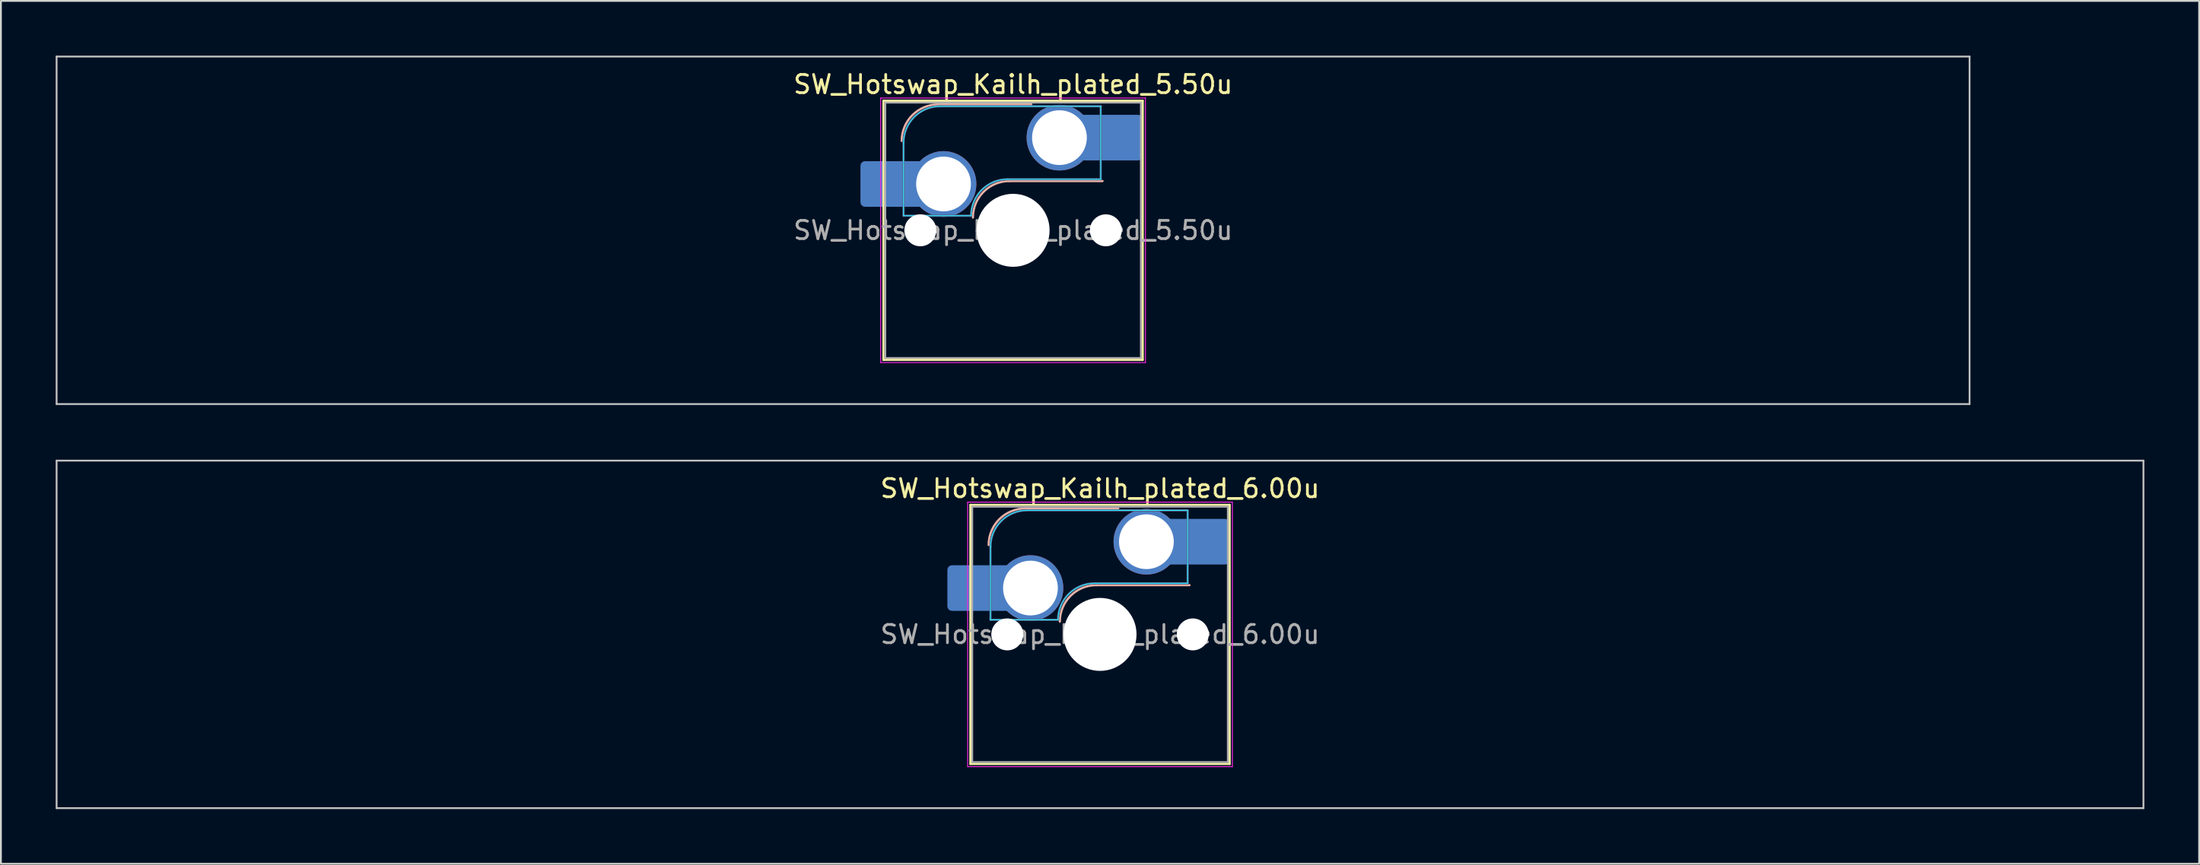
<source format=kicad_pcb>
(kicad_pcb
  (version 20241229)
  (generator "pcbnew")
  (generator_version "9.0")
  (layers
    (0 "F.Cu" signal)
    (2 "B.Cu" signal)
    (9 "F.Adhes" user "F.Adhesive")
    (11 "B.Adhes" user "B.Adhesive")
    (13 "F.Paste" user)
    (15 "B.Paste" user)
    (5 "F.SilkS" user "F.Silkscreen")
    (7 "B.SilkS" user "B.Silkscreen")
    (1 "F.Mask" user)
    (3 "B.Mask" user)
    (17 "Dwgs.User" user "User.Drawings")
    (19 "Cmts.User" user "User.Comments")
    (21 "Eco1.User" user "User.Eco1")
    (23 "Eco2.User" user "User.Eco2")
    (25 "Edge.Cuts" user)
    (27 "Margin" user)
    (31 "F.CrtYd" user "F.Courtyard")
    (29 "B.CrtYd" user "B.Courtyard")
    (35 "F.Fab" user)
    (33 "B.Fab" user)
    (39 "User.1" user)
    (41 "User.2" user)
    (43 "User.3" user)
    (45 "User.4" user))
  (footprint "SW_Hotswap_Kailh_plated_6.00u"
    (layer "F.Cu")
    (at 57.2 31.725)
    (property "Reference" "SW_Hotswap_Kailh_plated_6.00u" (at 0 -8 0) (layer "F.SilkS") (effects (font (size 1 1) (thickness 0.15))))
    (attr smd)
    (fp_line (start -7.1 -7.1) (end -7.1 7.1) (stroke (width 0.12) (type solid)) (layer "F.SilkS"))
    (fp_line (start -7.1 7.1) (end 7.1 7.1) (stroke (width 0.12) (type solid)) (layer "F.SilkS"))
    (fp_line (start 7.1 -7.1) (end -7.1 -7.1) (stroke (width 0.12) (type solid)) (layer "F.SilkS"))
    (fp_line (start 7.1 7.1) (end 7.1 -7.1) (stroke (width 0.12) (type solid)) (layer "F.SilkS"))
    (fp_line (start -4.1 -6.9) (end 1 -6.9) (stroke (width 0.12) (type solid)) (layer "B.SilkS"))
    (fp_line (start -0.2 -2.7) (end 4.9 -2.7) (stroke (width 0.12) (type solid)) (layer "B.SilkS"))
    (fp_arc (start -6.1 -4.9) (mid -5.514214 -6.314214) (end -4.1 -6.9) (stroke (width 0.12) (type solid)) (layer "B.SilkS"))
    (fp_arc (start -2.2 -0.7) (mid -1.614214 -2.114214) (end -0.2 -2.7) (stroke (width 0.12) (type solid)) (layer "B.SilkS"))
    (fp_line (start -57.15 -9.525) (end -57.15 9.525) (stroke (width 0.1) (type solid)) (layer "Dwgs.User"))
    (fp_line (start -57.15 9.525) (end 57.15 9.525) (stroke (width 0.1) (type solid)) (layer "Dwgs.User"))
    (fp_line (start 57.15 -9.525) (end -57.15 -9.525) (stroke (width 0.1) (type solid)) (layer "Dwgs.User"))
    (fp_line (start 57.15 9.525) (end 57.15 -9.525) (stroke (width 0.1) (type solid)) (layer "Dwgs.User"))
    (fp_line (start -7.8 -6) (end -7 -6) (stroke (width 0.1) (type solid)) (layer "Eco1.User"))
    (fp_line (start -7.8 -2.9) (end -7.8 -6) (stroke (width 0.1) (type solid)) (layer "Eco1.User"))
    (fp_line (start -7.8 2.9) (end -7 2.9) (stroke (width 0.1) (type solid)) (layer "Eco1.User"))
    (fp_line (start -7.8 6) (end -7.8 2.9) (stroke (width 0.1) (type solid)) (layer "Eco1.User"))
    (fp_line (start -7 -7) (end 7 -7) (stroke (width 0.1) (type solid)) (layer "Eco1.User"))
    (fp_line (start -7 -6) (end -7 -7) (stroke (width 0.1) (type solid)) (layer "Eco1.User"))
    (fp_line (start -7 -2.9) (end -7.8 -2.9) (stroke (width 0.1) (type solid)) (layer "Eco1.User"))
    (fp_line (start -7 2.9) (end -7 -2.9) (stroke (width 0.1) (type solid)) (layer "Eco1.User"))
    (fp_line (start -7 6) (end -7.8 6) (stroke (width 0.1) (type solid)) (layer "Eco1.User"))
    (fp_line (start -7 7) (end -7 6) (stroke (width 0.1) (type solid)) (layer "Eco1.User"))
    (fp_line (start 7 -7) (end 7 -6) (stroke (width 0.1) (type solid)) (layer "Eco1.User"))
    (fp_line (start 7 -6) (end 7.8 -6) (stroke (width 0.1) (type solid)) (layer "Eco1.User"))
    (fp_line (start 7 -2.9) (end 7 2.9) (stroke (width 0.1) (type solid)) (layer "Eco1.User"))
    (fp_line (start 7 2.9) (end 7.8 2.9) (stroke (width 0.1) (type solid)) (layer "Eco1.User"))
    (fp_line (start 7 6) (end 7 7) (stroke (width 0.1) (type solid)) (layer "Eco1.User"))
    (fp_line (start 7 7) (end -7 7) (stroke (width 0.1) (type solid)) (layer "Eco1.User"))
    (fp_line (start 7.8 -6) (end 7.8 -2.9) (stroke (width 0.1) (type solid)) (layer "Eco1.User"))
    (fp_line (start 7.8 -2.9) (end 7 -2.9) (stroke (width 0.1) (type solid)) (layer "Eco1.User"))
    (fp_line (start 7.8 2.9) (end 7.8 6) (stroke (width 0.1) (type solid)) (layer "Eco1.User"))
    (fp_line (start 7.8 6) (end 7 6) (stroke (width 0.1) (type solid)) (layer "Eco1.User"))
    (fp_line (start -6 -0.8) (end -6 -4.8) (stroke (width 0.05) (type solid)) (layer "B.CrtYd"))
    (fp_line (start -6 -0.8) (end -2.3 -0.8) (stroke (width 0.05) (type solid)) (layer "B.CrtYd"))
    (fp_line (start -4 -6.8) (end 4.8 -6.8) (stroke (width 0.05) (type solid)) (layer "B.CrtYd"))
    (fp_line (start -0.3 -2.8) (end 4.8 -2.8) (stroke (width 0.05) (type solid)) (layer "B.CrtYd"))
    (fp_line (start 4.8 -6.8) (end 4.8 -2.8) (stroke (width 0.05) (type solid)) (layer "B.CrtYd"))
    (fp_arc (start -6 -4.8) (mid -5.414214 -6.214214) (end -4 -6.8) (stroke (width 0.05) (type solid)) (layer "B.CrtYd"))
    (fp_arc (start -2.3 -0.8) (mid -1.714214 -2.214214) (end -0.3 -2.8) (stroke (width 0.05) (type solid)) (layer "B.CrtYd"))
    (fp_line (start -7.25 -7.25) (end -7.25 7.25) (stroke (width 0.05) (type solid)) (layer "F.CrtYd"))
    (fp_line (start -7.25 7.25) (end 7.25 7.25) (stroke (width 0.05) (type solid)) (layer "F.CrtYd"))
    (fp_line (start 7.25 -7.25) (end -7.25 -7.25) (stroke (width 0.05) (type solid)) (layer "F.CrtYd"))
    (fp_line (start 7.25 7.25) (end 7.25 -7.25) (stroke (width 0.05) (type solid)) (layer "F.CrtYd"))
    (fp_line (start -6 -0.8) (end -6 -4.8) (stroke (width 0.12) (type solid)) (layer "B.Fab"))
    (fp_line (start -6 -0.8) (end -2.3 -0.8) (stroke (width 0.12) (type solid)) (layer "B.Fab"))
    (fp_line (start -4 -6.8) (end 4.8 -6.8) (stroke (width 0.12) (type solid)) (layer "B.Fab"))
    (fp_line (start -0.3 -2.8) (end 4.8 -2.8) (stroke (width 0.12) (type solid)) (layer "B.Fab"))
    (fp_line (start 4.8 -6.8) (end 4.8 -2.8) (stroke (width 0.12) (type solid)) (layer "B.Fab"))
    (fp_arc (start -6 -4.8) (mid -5.414214 -6.214214) (end -4 -6.8) (stroke (width 0.12) (type solid)) (layer "B.Fab"))
    (fp_arc (start -2.3 -0.8) (mid -1.714214 -2.214214) (end -0.3 -2.8) (stroke (width 0.12) (type solid)) (layer "B.Fab"))
    (fp_line (start -7 -7) (end -7 7) (stroke (width 0.1) (type solid)) (layer "F.Fab"))
    (fp_line (start -7 7) (end 7 7) (stroke (width 0.1) (type solid)) (layer "F.Fab"))
    (fp_line (start 7 -7) (end -7 -7) (stroke (width 0.1) (type solid)) (layer "F.Fab"))
    (fp_line (start 7 7) (end 7 -7) (stroke (width 0.1) (type solid)) (layer "F.Fab"))
    (fp_text user "${REFERENCE}" (at 0 0 0) (layer "F.Fab") (effects (font (size 1 1) (thickness 0.15))))
    (pad "" smd roundrect (at -7.085 -2.54) (size 2.55 2.5) (layers "B.Mask" "B.Paste") (roundrect_rratio 0.1))
    (pad "" np_thru_hole circle (at -5.08 0) (size 1.75 1.75) (drill 1.75) (layers "*.Cu" "*.Mask"))
    (pad "" np_thru_hole circle (at 0 0) (size 4 4) (drill 4) (layers "*.Cu" "*.Mask"))
    (pad "" np_thru_hole circle (at 5.08 0) (size 1.75 1.75) (drill 1.75) (layers "*.Cu" "*.Mask"))
    (pad "" smd roundrect (at 5.842 -5.08) (size 2.55 2.5) (layers "B.Mask" "B.Paste") (roundrect_rratio 0.1))
    (pad "1" smd roundrect (at -6.585 -2.54) (size 3.55 2.5) (layers "B.Cu") (roundrect_rratio 0.1))
    (pad "1" thru_hole circle (at -3.81 -2.54) (size 3.6 3.6) (drill 3) (layers "*.Cu" "B.Mask"))
    (pad "2" thru_hole circle (at 2.54 -5.08) (size 3.6 3.6) (drill 3) (layers "*.Cu" "B.Mask"))
    (pad "2" smd roundrect (at 5.32 -5.08) (size 3.55 2.5) (layers "B.Cu") (roundrect_rratio 0.1)))
  (footprint "SW_Hotswap_Kailh_plated_5.50u"
    (layer "F.Cu")
    (at 52.438 9.575)
    (property "Reference" "SW_Hotswap_Kailh_plated_5.50u" (at 0 -8 0) (layer "F.SilkS") (effects (font (size 1 1) (thickness 0.15))))
    (attr smd)
    (fp_line (start -7.1 -7.1) (end -7.1 7.1) (stroke (width 0.12) (type solid)) (layer "F.SilkS"))
    (fp_line (start -7.1 7.1) (end 7.1 7.1) (stroke (width 0.12) (type solid)) (layer "F.SilkS"))
    (fp_line (start 7.1 -7.1) (end -7.1 -7.1) (stroke (width 0.12) (type solid)) (layer "F.SilkS"))
    (fp_line (start 7.1 7.1) (end 7.1 -7.1) (stroke (width 0.12) (type solid)) (layer "F.SilkS"))
    (fp_line (start -4.1 -6.9) (end 1 -6.9) (stroke (width 0.12) (type solid)) (layer "B.SilkS"))
    (fp_line (start -0.2 -2.7) (end 4.9 -2.7) (stroke (width 0.12) (type solid)) (layer "B.SilkS"))
    (fp_arc (start -6.1 -4.9) (mid -5.514214 -6.314214) (end -4.1 -6.9) (stroke (width 0.12) (type solid)) (layer "B.SilkS"))
    (fp_arc (start -2.2 -0.7) (mid -1.614214 -2.114214) (end -0.2 -2.7) (stroke (width 0.12) (type solid)) (layer "B.SilkS"))
    (fp_line (start -52.388 -9.525) (end -52.388 9.525) (stroke (width 0.1) (type solid)) (layer "Dwgs.User"))
    (fp_line (start -52.388 9.525) (end 52.388 9.525) (stroke (width 0.1) (type solid)) (layer "Dwgs.User"))
    (fp_line (start 52.388 -9.525) (end -52.388 -9.525) (stroke (width 0.1) (type solid)) (layer "Dwgs.User"))
    (fp_line (start 52.388 9.525) (end 52.388 -9.525) (stroke (width 0.1) (type solid)) (layer "Dwgs.User"))
    (fp_line (start -7.8 -6) (end -7 -6) (stroke (width 0.1) (type solid)) (layer "Eco1.User"))
    (fp_line (start -7.8 -2.9) (end -7.8 -6) (stroke (width 0.1) (type solid)) (layer "Eco1.User"))
    (fp_line (start -7.8 2.9) (end -7 2.9) (stroke (width 0.1) (type solid)) (layer "Eco1.User"))
    (fp_line (start -7.8 6) (end -7.8 2.9) (stroke (width 0.1) (type solid)) (layer "Eco1.User"))
    (fp_line (start -7 -7) (end 7 -7) (stroke (width 0.1) (type solid)) (layer "Eco1.User"))
    (fp_line (start -7 -6) (end -7 -7) (stroke (width 0.1) (type solid)) (layer "Eco1.User"))
    (fp_line (start -7 -2.9) (end -7.8 -2.9) (stroke (width 0.1) (type solid)) (layer "Eco1.User"))
    (fp_line (start -7 2.9) (end -7 -2.9) (stroke (width 0.1) (type solid)) (layer "Eco1.User"))
    (fp_line (start -7 6) (end -7.8 6) (stroke (width 0.1) (type solid)) (layer "Eco1.User"))
    (fp_line (start -7 7) (end -7 6) (stroke (width 0.1) (type solid)) (layer "Eco1.User"))
    (fp_line (start 7 -7) (end 7 -6) (stroke (width 0.1) (type solid)) (layer "Eco1.User"))
    (fp_line (start 7 -6) (end 7.8 -6) (stroke (width 0.1) (type solid)) (layer "Eco1.User"))
    (fp_line (start 7 -2.9) (end 7 2.9) (stroke (width 0.1) (type solid)) (layer "Eco1.User"))
    (fp_line (start 7 2.9) (end 7.8 2.9) (stroke (width 0.1) (type solid)) (layer "Eco1.User"))
    (fp_line (start 7 6) (end 7 7) (stroke (width 0.1) (type solid)) (layer "Eco1.User"))
    (fp_line (start 7 7) (end -7 7) (stroke (width 0.1) (type solid)) (layer "Eco1.User"))
    (fp_line (start 7.8 -6) (end 7.8 -2.9) (stroke (width 0.1) (type solid)) (layer "Eco1.User"))
    (fp_line (start 7.8 -2.9) (end 7 -2.9) (stroke (width 0.1) (type solid)) (layer "Eco1.User"))
    (fp_line (start 7.8 2.9) (end 7.8 6) (stroke (width 0.1) (type solid)) (layer "Eco1.User"))
    (fp_line (start 7.8 6) (end 7 6) (stroke (width 0.1) (type solid)) (layer "Eco1.User"))
    (fp_line (start -6 -0.8) (end -6 -4.8) (stroke (width 0.05) (type solid)) (layer "B.CrtYd"))
    (fp_line (start -6 -0.8) (end -2.3 -0.8) (stroke (width 0.05) (type solid)) (layer "B.CrtYd"))
    (fp_line (start -4 -6.8) (end 4.8 -6.8) (stroke (width 0.05) (type solid)) (layer "B.CrtYd"))
    (fp_line (start -0.3 -2.8) (end 4.8 -2.8) (stroke (width 0.05) (type solid)) (layer "B.CrtYd"))
    (fp_line (start 4.8 -6.8) (end 4.8 -2.8) (stroke (width 0.05) (type solid)) (layer "B.CrtYd"))
    (fp_arc (start -6 -4.8) (mid -5.414214 -6.214214) (end -4 -6.8) (stroke (width 0.05) (type solid)) (layer "B.CrtYd"))
    (fp_arc (start -2.3 -0.8) (mid -1.714214 -2.214214) (end -0.3 -2.8) (stroke (width 0.05) (type solid)) (layer "B.CrtYd"))
    (fp_line (start -7.25 -7.25) (end -7.25 7.25) (stroke (width 0.05) (type solid)) (layer "F.CrtYd"))
    (fp_line (start -7.25 7.25) (end 7.25 7.25) (stroke (width 0.05) (type solid)) (layer "F.CrtYd"))
    (fp_line (start 7.25 -7.25) (end -7.25 -7.25) (stroke (width 0.05) (type solid)) (layer "F.CrtYd"))
    (fp_line (start 7.25 7.25) (end 7.25 -7.25) (stroke (width 0.05) (type solid)) (layer "F.CrtYd"))
    (fp_line (start -6 -0.8) (end -6 -4.8) (stroke (width 0.12) (type solid)) (layer "B.Fab"))
    (fp_line (start -6 -0.8) (end -2.3 -0.8) (stroke (width 0.12) (type solid)) (layer "B.Fab"))
    (fp_line (start -4 -6.8) (end 4.8 -6.8) (stroke (width 0.12) (type solid)) (layer "B.Fab"))
    (fp_line (start -0.3 -2.8) (end 4.8 -2.8) (stroke (width 0.12) (type solid)) (layer "B.Fab"))
    (fp_line (start 4.8 -6.8) (end 4.8 -2.8) (stroke (width 0.12) (type solid)) (layer "B.Fab"))
    (fp_arc (start -6 -4.8) (mid -5.414214 -6.214214) (end -4 -6.8) (stroke (width 0.12) (type solid)) (layer "B.Fab"))
    (fp_arc (start -2.3 -0.8) (mid -1.714214 -2.214214) (end -0.3 -2.8) (stroke (width 0.12) (type solid)) (layer "B.Fab"))
    (fp_line (start -7 -7) (end -7 7) (stroke (width 0.1) (type solid)) (layer "F.Fab"))
    (fp_line (start -7 7) (end 7 7) (stroke (width 0.1) (type solid)) (layer "F.Fab"))
    (fp_line (start 7 -7) (end -7 -7) (stroke (width 0.1) (type solid)) (layer "F.Fab"))
    (fp_line (start 7 7) (end 7 -7) (stroke (width 0.1) (type solid)) (layer "F.Fab"))
    (fp_text user "${REFERENCE}" (at 0 0 0) (layer "F.Fab") (effects (font (size 1 1) (thickness 0.15))))
    (pad "" smd roundrect (at -7.085 -2.54) (size 2.55 2.5) (layers "B.Mask" "B.Paste") (roundrect_rratio 0.1))
    (pad "" np_thru_hole circle (at -5.08 0) (size 1.75 1.75) (drill 1.75) (layers "*.Cu" "*.Mask"))
    (pad "" np_thru_hole circle (at 0 0) (size 4 4) (drill 4) (layers "*.Cu" "*.Mask"))
    (pad "" np_thru_hole circle (at 5.08 0) (size 1.75 1.75) (drill 1.75) (layers "*.Cu" "*.Mask"))
    (pad "" smd roundrect (at 5.842 -5.08) (size 2.55 2.5) (layers "B.Mask" "B.Paste") (roundrect_rratio 0.1))
    (pad "1" smd roundrect (at -6.585 -2.54) (size 3.55 2.5) (layers "B.Cu") (roundrect_rratio 0.1))
    (pad "1" thru_hole circle (at -3.81 -2.54) (size 3.6 3.6) (drill 3) (layers "*.Cu" "B.Mask"))
    (pad "2" thru_hole circle (at 2.54 -5.08) (size 3.6 3.6) (drill 3) (layers "*.Cu" "B.Mask"))
    (pad "2" smd roundrect (at 5.32 -5.08) (size 3.55 2.5) (layers "B.Cu") (roundrect_rratio 0.1)))
  (gr_rect
    (start -3 -3)
    (end 117.4 44.3)
    (stroke (width 0.1) (type default))
    (fill no)
    (layer "Edge.Cuts")))
</source>
